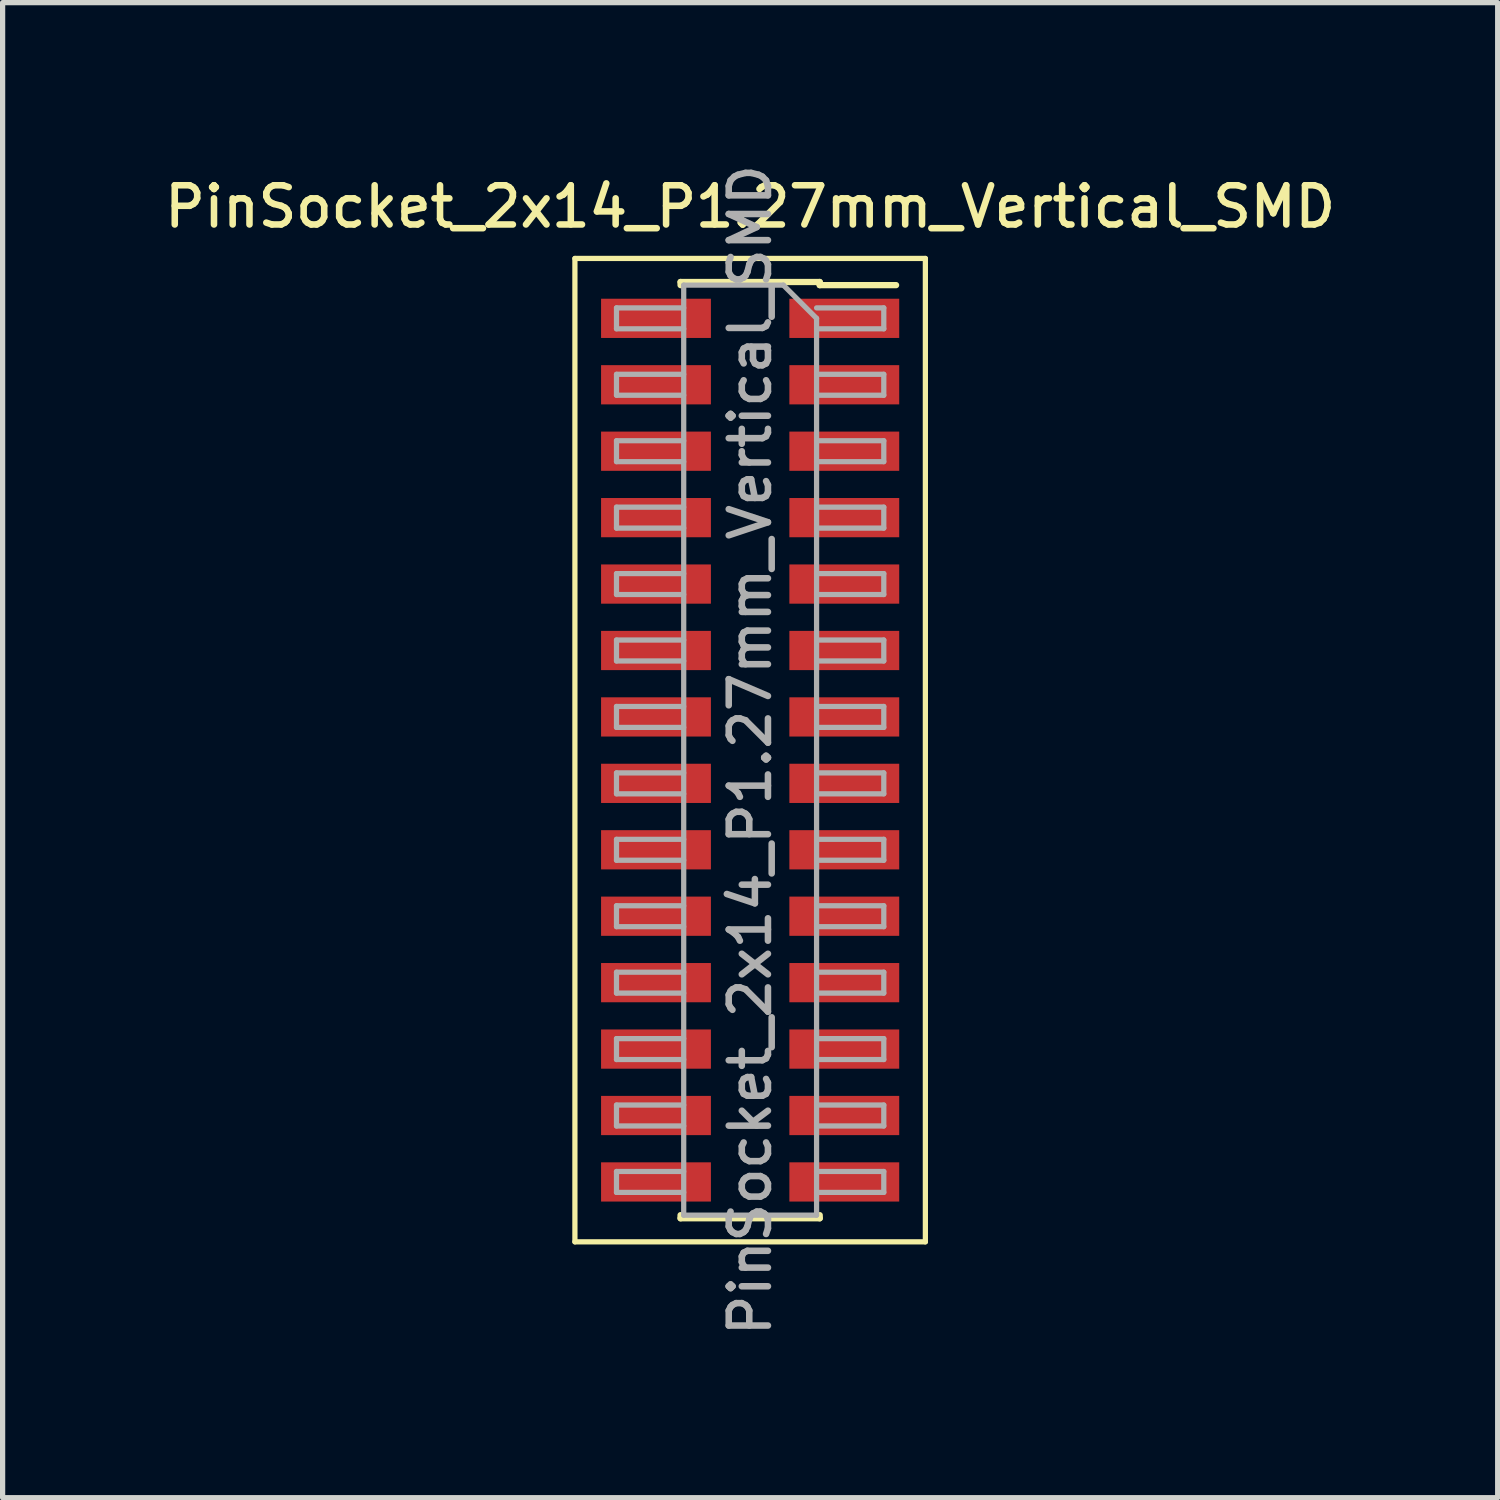
<source format=kicad_pcb>
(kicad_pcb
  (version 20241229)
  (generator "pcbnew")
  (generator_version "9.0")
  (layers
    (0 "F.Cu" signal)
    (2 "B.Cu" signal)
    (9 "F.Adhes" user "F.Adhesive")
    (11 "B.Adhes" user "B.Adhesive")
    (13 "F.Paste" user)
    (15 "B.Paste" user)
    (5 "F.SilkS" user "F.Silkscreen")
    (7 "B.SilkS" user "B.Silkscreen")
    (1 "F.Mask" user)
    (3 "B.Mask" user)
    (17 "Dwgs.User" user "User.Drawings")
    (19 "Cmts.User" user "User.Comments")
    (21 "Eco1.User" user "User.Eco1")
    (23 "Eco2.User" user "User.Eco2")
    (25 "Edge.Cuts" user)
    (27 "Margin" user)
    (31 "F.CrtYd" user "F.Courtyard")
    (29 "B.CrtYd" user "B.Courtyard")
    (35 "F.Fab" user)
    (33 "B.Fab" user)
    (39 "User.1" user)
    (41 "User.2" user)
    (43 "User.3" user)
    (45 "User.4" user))
  (footprint "PinSocket_2x14_P1.27mm_Vertical_SMD"
    (layer "F.Cu")
    (at 11.291 11.291)
    (property "Reference" "PinSocket_2x14_P1.27mm_Vertical_SMD" (at 0 -10.39 0) (layer "F.SilkS") (effects (font (size 0.75 0.75) (thickness 0.125))))
    (attr smd)
    (fp_line (start -3.35 -9.4) (end 3.35 -9.4) (stroke (width 0.1) (type solid)) (layer "F.SilkS"))
    (fp_line (start -3.35 9.4) (end -3.35 -9.4) (stroke (width 0.1) (type solid)) (layer "F.SilkS"))
    (fp_line (start -1.33 -8.95) (end -1.33 -8.89) (stroke (width 0.12) (type solid)) (layer "F.SilkS"))
    (fp_line (start -1.33 -8.95) (end 1.33 -8.95) (stroke (width 0.12) (type solid)) (layer "F.SilkS"))
    (fp_line (start -1.33 8.89) (end -1.33 8.95) (stroke (width 0.12) (type solid)) (layer "F.SilkS"))
    (fp_line (start -1.33 8.95) (end 1.33 8.95) (stroke (width 0.12) (type solid)) (layer "F.SilkS"))
    (fp_line (start 1.33 -8.95) (end 1.33 -8.89) (stroke (width 0.12) (type solid)) (layer "F.SilkS"))
    (fp_line (start 1.33 -8.89) (end 2.79 -8.89) (stroke (width 0.12) (type solid)) (layer "F.SilkS"))
    (fp_line (start 1.33 8.89) (end 1.33 8.95) (stroke (width 0.12) (type solid)) (layer "F.SilkS"))
    (fp_line (start 3.35 -9.4) (end 3.35 9.4) (stroke (width 0.1) (type solid)) (layer "F.SilkS"))
    (fp_line (start 3.35 9.4) (end -3.35 9.4) (stroke (width 0.1) (type solid)) (layer "F.SilkS"))
    (fp_line (start -2.555 -8.455) (end -1.27 -8.455) (stroke (width 0.1) (type solid)) (layer "F.Fab"))
    (fp_line (start -2.555 -8.055) (end -2.555 -8.455) (stroke (width 0.1) (type solid)) (layer "F.Fab"))
    (fp_line (start -2.555 -7.185) (end -1.27 -7.185) (stroke (width 0.1) (type solid)) (layer "F.Fab"))
    (fp_line (start -2.555 -6.785) (end -2.555 -7.185) (stroke (width 0.1) (type solid)) (layer "F.Fab"))
    (fp_line (start -2.555 -5.915) (end -1.27 -5.915) (stroke (width 0.1) (type solid)) (layer "F.Fab"))
    (fp_line (start -2.555 -5.515) (end -2.555 -5.915) (stroke (width 0.1) (type solid)) (layer "F.Fab"))
    (fp_line (start -2.555 -4.645) (end -1.27 -4.645) (stroke (width 0.1) (type solid)) (layer "F.Fab"))
    (fp_line (start -2.555 -4.245) (end -2.555 -4.645) (stroke (width 0.1) (type solid)) (layer "F.Fab"))
    (fp_line (start -2.555 -3.375) (end -1.27 -3.375) (stroke (width 0.1) (type solid)) (layer "F.Fab"))
    (fp_line (start -2.555 -2.975) (end -2.555 -3.375) (stroke (width 0.1) (type solid)) (layer "F.Fab"))
    (fp_line (start -2.555 -2.105) (end -1.27 -2.105) (stroke (width 0.1) (type solid)) (layer "F.Fab"))
    (fp_line (start -2.555 -1.705) (end -2.555 -2.105) (stroke (width 0.1) (type solid)) (layer "F.Fab"))
    (fp_line (start -2.555 -0.835) (end -1.27 -0.835) (stroke (width 0.1) (type solid)) (layer "F.Fab"))
    (fp_line (start -2.555 -0.435) (end -2.555 -0.835) (stroke (width 0.1) (type solid)) (layer "F.Fab"))
    (fp_line (start -2.555 0.435) (end -1.27 0.435) (stroke (width 0.1) (type solid)) (layer "F.Fab"))
    (fp_line (start -2.555 0.835) (end -2.555 0.435) (stroke (width 0.1) (type solid)) (layer "F.Fab"))
    (fp_line (start -2.555 1.705) (end -1.27 1.705) (stroke (width 0.1) (type solid)) (layer "F.Fab"))
    (fp_line (start -2.555 2.105) (end -2.555 1.705) (stroke (width 0.1) (type solid)) (layer "F.Fab"))
    (fp_line (start -2.555 2.975) (end -1.27 2.975) (stroke (width 0.1) (type solid)) (layer "F.Fab"))
    (fp_line (start -2.555 3.375) (end -2.555 2.975) (stroke (width 0.1) (type solid)) (layer "F.Fab"))
    (fp_line (start -2.555 4.245) (end -1.27 4.245) (stroke (width 0.1) (type solid)) (layer "F.Fab"))
    (fp_line (start -2.555 4.645) (end -2.555 4.245) (stroke (width 0.1) (type solid)) (layer "F.Fab"))
    (fp_line (start -2.555 5.515) (end -1.27 5.515) (stroke (width 0.1) (type solid)) (layer "F.Fab"))
    (fp_line (start -2.555 5.915) (end -2.555 5.515) (stroke (width 0.1) (type solid)) (layer "F.Fab"))
    (fp_line (start -2.555 6.785) (end -1.27 6.785) (stroke (width 0.1) (type solid)) (layer "F.Fab"))
    (fp_line (start -2.555 7.185) (end -2.555 6.785) (stroke (width 0.1) (type solid)) (layer "F.Fab"))
    (fp_line (start -2.555 8.055) (end -1.27 8.055) (stroke (width 0.1) (type solid)) (layer "F.Fab"))
    (fp_line (start -2.555 8.455) (end -2.555 8.055) (stroke (width 0.1) (type solid)) (layer "F.Fab"))
    (fp_line (start -1.27 -8.89) (end 0.635 -8.89) (stroke (width 0.1) (type solid)) (layer "F.Fab"))
    (fp_line (start -1.27 -8.055) (end -2.555 -8.055) (stroke (width 0.1) (type solid)) (layer "F.Fab"))
    (fp_line (start -1.27 -6.785) (end -2.555 -6.785) (stroke (width 0.1) (type solid)) (layer "F.Fab"))
    (fp_line (start -1.27 -5.515) (end -2.555 -5.515) (stroke (width 0.1) (type solid)) (layer "F.Fab"))
    (fp_line (start -1.27 -4.245) (end -2.555 -4.245) (stroke (width 0.1) (type solid)) (layer "F.Fab"))
    (fp_line (start -1.27 -2.975) (end -2.555 -2.975) (stroke (width 0.1) (type solid)) (layer "F.Fab"))
    (fp_line (start -1.27 -1.705) (end -2.555 -1.705) (stroke (width 0.1) (type solid)) (layer "F.Fab"))
    (fp_line (start -1.27 -0.435) (end -2.555 -0.435) (stroke (width 0.1) (type solid)) (layer "F.Fab"))
    (fp_line (start -1.27 0.835) (end -2.555 0.835) (stroke (width 0.1) (type solid)) (layer "F.Fab"))
    (fp_line (start -1.27 2.105) (end -2.555 2.105) (stroke (width 0.1) (type solid)) (layer "F.Fab"))
    (fp_line (start -1.27 3.375) (end -2.555 3.375) (stroke (width 0.1) (type solid)) (layer "F.Fab"))
    (fp_line (start -1.27 4.645) (end -2.555 4.645) (stroke (width 0.1) (type solid)) (layer "F.Fab"))
    (fp_line (start -1.27 5.915) (end -2.555 5.915) (stroke (width 0.1) (type solid)) (layer "F.Fab"))
    (fp_line (start -1.27 7.185) (end -2.555 7.185) (stroke (width 0.1) (type solid)) (layer "F.Fab"))
    (fp_line (start -1.27 8.455) (end -2.555 8.455) (stroke (width 0.1) (type solid)) (layer "F.Fab"))
    (fp_line (start -1.27 8.89) (end -1.27 -8.89) (stroke (width 0.1) (type solid)) (layer "F.Fab"))
    (fp_line (start 0.635 -8.89) (end 1.27 -8.255) (stroke (width 0.1) (type solid)) (layer "F.Fab"))
    (fp_line (start 1.27 -8.455) (end 2.555 -8.455) (stroke (width 0.1) (type solid)) (layer "F.Fab"))
    (fp_line (start 1.27 -8.255) (end 1.27 8.89) (stroke (width 0.1) (type solid)) (layer "F.Fab"))
    (fp_line (start 1.27 -7.185) (end 2.555 -7.185) (stroke (width 0.1) (type solid)) (layer "F.Fab"))
    (fp_line (start 1.27 -5.915) (end 2.555 -5.915) (stroke (width 0.1) (type solid)) (layer "F.Fab"))
    (fp_line (start 1.27 -4.645) (end 2.555 -4.645) (stroke (width 0.1) (type solid)) (layer "F.Fab"))
    (fp_line (start 1.27 -3.375) (end 2.555 -3.375) (stroke (width 0.1) (type solid)) (layer "F.Fab"))
    (fp_line (start 1.27 -2.105) (end 2.555 -2.105) (stroke (width 0.1) (type solid)) (layer "F.Fab"))
    (fp_line (start 1.27 -0.835) (end 2.555 -0.835) (stroke (width 0.1) (type solid)) (layer "F.Fab"))
    (fp_line (start 1.27 0.435) (end 2.555 0.435) (stroke (width 0.1) (type solid)) (layer "F.Fab"))
    (fp_line (start 1.27 1.705) (end 2.555 1.705) (stroke (width 0.1) (type solid)) (layer "F.Fab"))
    (fp_line (start 1.27 2.975) (end 2.555 2.975) (stroke (width 0.1) (type solid)) (layer "F.Fab"))
    (fp_line (start 1.27 4.245) (end 2.555 4.245) (stroke (width 0.1) (type solid)) (layer "F.Fab"))
    (fp_line (start 1.27 5.515) (end 2.555 5.515) (stroke (width 0.1) (type solid)) (layer "F.Fab"))
    (fp_line (start 1.27 6.785) (end 2.555 6.785) (stroke (width 0.1) (type solid)) (layer "F.Fab"))
    (fp_line (start 1.27 8.055) (end 2.555 8.055) (stroke (width 0.1) (type solid)) (layer "F.Fab"))
    (fp_line (start 1.27 8.89) (end -1.27 8.89) (stroke (width 0.1) (type solid)) (layer "F.Fab"))
    (fp_line (start 2.555 -8.455) (end 2.555 -8.055) (stroke (width 0.1) (type solid)) (layer "F.Fab"))
    (fp_line (start 2.555 -8.055) (end 1.27 -8.055) (stroke (width 0.1) (type solid)) (layer "F.Fab"))
    (fp_line (start 2.555 -7.185) (end 2.555 -6.785) (stroke (width 0.1) (type solid)) (layer "F.Fab"))
    (fp_line (start 2.555 -6.785) (end 1.27 -6.785) (stroke (width 0.1) (type solid)) (layer "F.Fab"))
    (fp_line (start 2.555 -5.915) (end 2.555 -5.515) (stroke (width 0.1) (type solid)) (layer "F.Fab"))
    (fp_line (start 2.555 -5.515) (end 1.27 -5.515) (stroke (width 0.1) (type solid)) (layer "F.Fab"))
    (fp_line (start 2.555 -4.645) (end 2.555 -4.245) (stroke (width 0.1) (type solid)) (layer "F.Fab"))
    (fp_line (start 2.555 -4.245) (end 1.27 -4.245) (stroke (width 0.1) (type solid)) (layer "F.Fab"))
    (fp_line (start 2.555 -3.375) (end 2.555 -2.975) (stroke (width 0.1) (type solid)) (layer "F.Fab"))
    (fp_line (start 2.555 -2.975) (end 1.27 -2.975) (stroke (width 0.1) (type solid)) (layer "F.Fab"))
    (fp_line (start 2.555 -2.105) (end 2.555 -1.705) (stroke (width 0.1) (type solid)) (layer "F.Fab"))
    (fp_line (start 2.555 -1.705) (end 1.27 -1.705) (stroke (width 0.1) (type solid)) (layer "F.Fab"))
    (fp_line (start 2.555 -0.835) (end 2.555 -0.435) (stroke (width 0.1) (type solid)) (layer "F.Fab"))
    (fp_line (start 2.555 -0.435) (end 1.27 -0.435) (stroke (width 0.1) (type solid)) (layer "F.Fab"))
    (fp_line (start 2.555 0.435) (end 2.555 0.835) (stroke (width 0.1) (type solid)) (layer "F.Fab"))
    (fp_line (start 2.555 0.835) (end 1.27 0.835) (stroke (width 0.1) (type solid)) (layer "F.Fab"))
    (fp_line (start 2.555 1.705) (end 2.555 2.105) (stroke (width 0.1) (type solid)) (layer "F.Fab"))
    (fp_line (start 2.555 2.105) (end 1.27 2.105) (stroke (width 0.1) (type solid)) (layer "F.Fab"))
    (fp_line (start 2.555 2.975) (end 2.555 3.375) (stroke (width 0.1) (type solid)) (layer "F.Fab"))
    (fp_line (start 2.555 3.375) (end 1.27 3.375) (stroke (width 0.1) (type solid)) (layer "F.Fab"))
    (fp_line (start 2.555 4.245) (end 2.555 4.645) (stroke (width 0.1) (type solid)) (layer "F.Fab"))
    (fp_line (start 2.555 4.645) (end 1.27 4.645) (stroke (width 0.1) (type solid)) (layer "F.Fab"))
    (fp_line (start 2.555 5.515) (end 2.555 5.915) (stroke (width 0.1) (type solid)) (layer "F.Fab"))
    (fp_line (start 2.555 5.915) (end 1.27 5.915) (stroke (width 0.1) (type solid)) (layer "F.Fab"))
    (fp_line (start 2.555 6.785) (end 2.555 7.185) (stroke (width 0.1) (type solid)) (layer "F.Fab"))
    (fp_line (start 2.555 7.185) (end 1.27 7.185) (stroke (width 0.1) (type solid)) (layer "F.Fab"))
    (fp_line (start 2.555 8.055) (end 2.555 8.455) (stroke (width 0.1) (type solid)) (layer "F.Fab"))
    (fp_line (start 2.555 8.455) (end 1.27 8.455) (stroke (width 0.1) (type solid)) (layer "F.Fab"))
    (fp_text user "${REFERENCE}" (at 0 0 90) (layer "F.Fab") (effects (font (size 0.75 0.75) (thickness 0.125))))
    (pad "1" smd rect (at 1.8 -8.255) (size 2.1 0.75) (layers "F.Cu" "F.Mask" "F.Paste"))
    (pad "2" smd rect (at -1.8 -8.255) (size 2.1 0.75) (layers "F.Cu" "F.Mask" "F.Paste"))
    (pad "3" smd rect (at 1.8 -6.985) (size 2.1 0.75) (layers "F.Cu" "F.Mask" "F.Paste"))
    (pad "4" smd rect (at -1.8 -6.985) (size 2.1 0.75) (layers "F.Cu" "F.Mask" "F.Paste"))
    (pad "5" smd rect (at 1.8 -5.715) (size 2.1 0.75) (layers "F.Cu" "F.Mask" "F.Paste"))
    (pad "6" smd rect (at -1.8 -5.715) (size 2.1 0.75) (layers "F.Cu" "F.Mask" "F.Paste"))
    (pad "7" smd rect (at 1.8 -4.445) (size 2.1 0.75) (layers "F.Cu" "F.Mask" "F.Paste"))
    (pad "8" smd rect (at -1.8 -4.445) (size 2.1 0.75) (layers "F.Cu" "F.Mask" "F.Paste"))
    (pad "9" smd rect (at 1.8 -3.175) (size 2.1 0.75) (layers "F.Cu" "F.Mask" "F.Paste"))
    (pad "10" smd rect (at -1.8 -3.175) (size 2.1 0.75) (layers "F.Cu" "F.Mask" "F.Paste"))
    (pad "11" smd rect (at 1.8 -1.905) (size 2.1 0.75) (layers "F.Cu" "F.Mask" "F.Paste"))
    (pad "12" smd rect (at -1.8 -1.905) (size 2.1 0.75) (layers "F.Cu" "F.Mask" "F.Paste"))
    (pad "13" smd rect (at 1.8 -0.635) (size 2.1 0.75) (layers "F.Cu" "F.Mask" "F.Paste"))
    (pad "14" smd rect (at -1.8 -0.635) (size 2.1 0.75) (layers "F.Cu" "F.Mask" "F.Paste"))
    (pad "15" smd rect (at 1.8 0.635) (size 2.1 0.75) (layers "F.Cu" "F.Mask" "F.Paste"))
    (pad "16" smd rect (at -1.8 0.635) (size 2.1 0.75) (layers "F.Cu" "F.Mask" "F.Paste"))
    (pad "17" smd rect (at 1.8 1.905) (size 2.1 0.75) (layers "F.Cu" "F.Mask" "F.Paste"))
    (pad "18" smd rect (at -1.8 1.905) (size 2.1 0.75) (layers "F.Cu" "F.Mask" "F.Paste"))
    (pad "19" smd rect (at 1.8 3.175) (size 2.1 0.75) (layers "F.Cu" "F.Mask" "F.Paste"))
    (pad "20" smd rect (at -1.8 3.175) (size 2.1 0.75) (layers "F.Cu" "F.Mask" "F.Paste"))
    (pad "21" smd rect (at 1.8 4.445) (size 2.1 0.75) (layers "F.Cu" "F.Mask" "F.Paste"))
    (pad "22" smd rect (at -1.8 4.445) (size 2.1 0.75) (layers "F.Cu" "F.Mask" "F.Paste"))
    (pad "23" smd rect (at 1.8 5.715) (size 2.1 0.75) (layers "F.Cu" "F.Mask" "F.Paste"))
    (pad "24" smd rect (at -1.8 5.715) (size 2.1 0.75) (layers "F.Cu" "F.Mask" "F.Paste"))
    (pad "25" smd rect (at 1.8 6.985) (size 2.1 0.75) (layers "F.Cu" "F.Mask" "F.Paste"))
    (pad "26" smd rect (at -1.8 6.985) (size 2.1 0.75) (layers "F.Cu" "F.Mask" "F.Paste"))
    (pad "27" smd rect (at 1.8 8.255) (size 2.1 0.75) (layers "F.Cu" "F.Mask" "F.Paste"))
    (pad "28" smd rect (at -1.8 8.255) (size 2.1 0.75) (layers "F.Cu" "F.Mask" "F.Paste")))
  (gr_rect
    (start -3 -3)
    (end 25.582 25.582)
    (stroke (width 0.1) (type default))
    (fill no)
    (layer "Edge.Cuts")))
</source>
